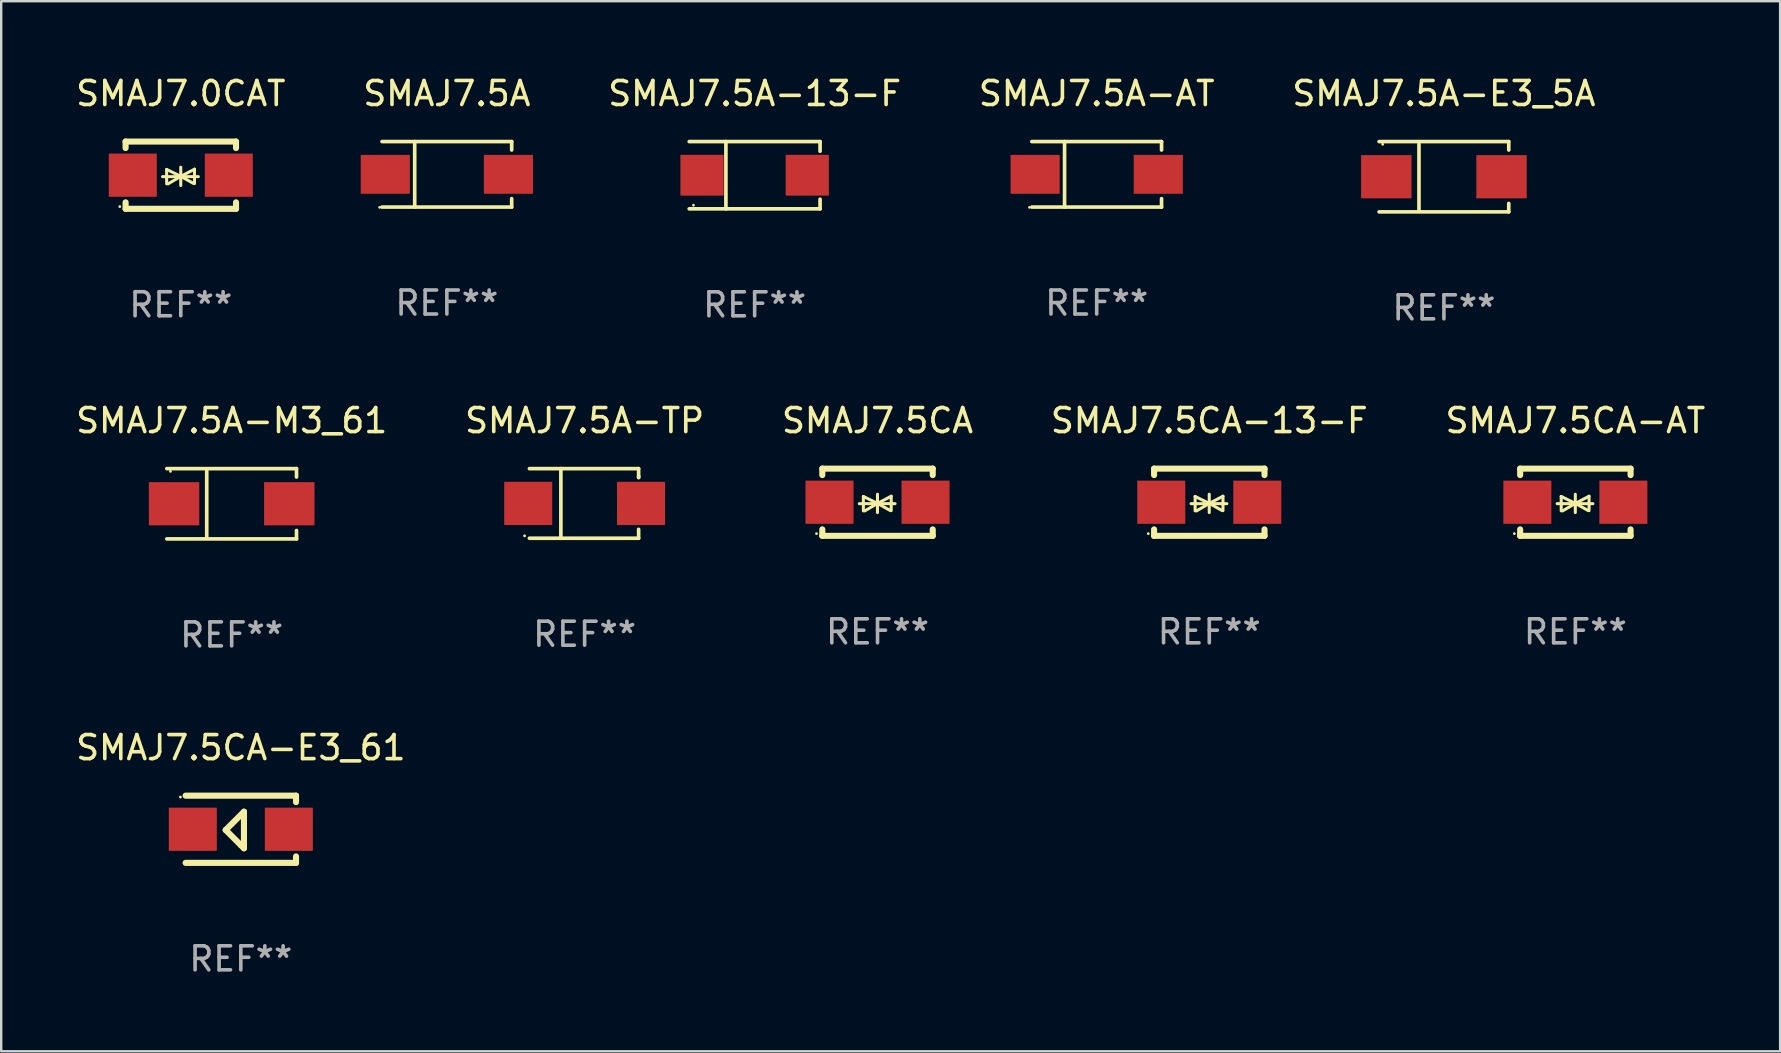
<source format=kicad_pcb>
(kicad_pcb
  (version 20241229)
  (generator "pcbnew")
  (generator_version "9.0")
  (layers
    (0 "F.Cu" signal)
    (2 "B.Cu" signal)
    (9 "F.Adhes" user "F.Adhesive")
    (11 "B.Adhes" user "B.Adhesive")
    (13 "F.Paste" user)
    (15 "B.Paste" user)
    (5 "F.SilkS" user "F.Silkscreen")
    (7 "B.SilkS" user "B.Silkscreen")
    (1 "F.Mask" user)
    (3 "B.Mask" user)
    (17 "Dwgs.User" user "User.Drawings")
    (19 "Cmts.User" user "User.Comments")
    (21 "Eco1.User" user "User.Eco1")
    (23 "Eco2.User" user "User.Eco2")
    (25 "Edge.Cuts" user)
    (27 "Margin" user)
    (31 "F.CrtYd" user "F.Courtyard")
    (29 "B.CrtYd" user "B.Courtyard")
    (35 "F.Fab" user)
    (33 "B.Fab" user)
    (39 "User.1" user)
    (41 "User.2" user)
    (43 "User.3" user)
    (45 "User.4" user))
  (footprint "SMAJ7.5A-E3_5A"
    (layer "F.Cu")
    (at 57.101 4.312)
    (property "Reference" "SMAJ7.5A-E3_5A" (at 0 -3.464 0) (layer "F.SilkS") (effects (font (size 1 1) (thickness 0.15))))
    (attr through_hole)
    (fp_line (start -2.701 -1.464) (end 2.701 -1.464) (stroke (width 0.152) (type solid)) (layer "F.SilkS"))
    (fp_line (start -2.701 1.464) (end 2.701 1.464) (stroke (width 0.152) (type solid)) (layer "F.SilkS"))
    (fp_line (start -1.039 -1.364) (end -1.039 1.364) (stroke (width 0.152) (type solid)) (layer "F.SilkS"))
    (fp_line (start 2.701 -1.464) (end 2.701 -1.113) (stroke (width 0.152) (type solid)) (layer "F.SilkS"))
    (fp_line (start 2.701 1.464) (end 2.701 1.113) (stroke (width 0.152) (type solid)) (layer "F.SilkS"))
    (fp_circle (center -2.55 -1.35) (end -2.52 -1.35) (stroke (width 0.06) (type solid)) (fill no) (layer "F.SilkS"))
    (fp_text user "REF**" (at 0 5.464 0) (layer "F.Fab") (effects (font (size 1 1) (thickness 0.15))))
    (pad "1" smd rect (at -2.4 0) (size 2.1 1.8) (layers "F.Cu" "F.Mask" "F.Paste"))
    (pad "2" smd rect (at 2.4 0) (size 2.1 1.8) (layers "F.Cu" "F.Mask" "F.Paste")))
  (footprint "SMAJ7.0CAT"
    (layer "F.Cu")
    (at 4.482 4.248)
    (property "Reference" "SMAJ7.0CAT" (at 0 -3.4 0) (layer "F.SilkS") (effects (font (size 1 1) (thickness 0.15))))
    (attr through_hole)
    (fp_line (start -2.3 -1.4) (end -2.3 -1.131) (stroke (width 0.254) (type solid)) (layer "F.SilkS"))
    (fp_line (start -2.3 -1.4) (end 2.3 -1.4) (stroke (width 0.254) (type solid)) (layer "F.SilkS"))
    (fp_line (start -2.3 1.131) (end -2.3 1.4) (stroke (width 0.254) (type solid)) (layer "F.SilkS"))
    (fp_line (start -2.3 1.4) (end 2.3 1.4) (stroke (width 0.254) (type solid)) (layer "F.SilkS"))
    (fp_line (start -0.76 0.06) (end 0.73 0.06) (stroke (width 0.127) (type solid)) (layer "F.SilkS"))
    (fp_line (start -0.59 -0.24) (end -0.59 0.36) (stroke (width 0.127) (type solid)) (layer "F.SilkS"))
    (fp_line (start -0.59 -0.24) (end -0.002 0.049) (stroke (width 0.127) (type solid)) (layer "F.SilkS"))
    (fp_line (start -0.53 0.36) (end -0.002 0.049) (stroke (width 0.127) (type solid)) (layer "F.SilkS"))
    (fp_line (start -0.002 0.049) (end -0.002 -0.332) (stroke (width 0.127) (type solid)) (layer "F.SilkS"))
    (fp_line (start -0.002 0.049) (end -0.002 0.43) (stroke (width 0.127) (type solid)) (layer "F.SilkS"))
    (fp_line (start 0.54 0.35) (end -0.002 0.049) (stroke (width 0.127) (type solid)) (layer "F.SilkS"))
    (fp_line (start 0.57 -0.25) (end -0.002 0.049) (stroke (width 0.127) (type solid)) (layer "F.SilkS"))
    (fp_line (start 0.57 -0.25) (end 0.57 0.35) (stroke (width 0.127) (type solid)) (layer "F.SilkS"))
    (fp_line (start 2.3 -1.4) (end 2.3 -1.131) (stroke (width 0.254) (type solid)) (layer "F.SilkS"))
    (fp_line (start 2.3 1.131) (end 2.3 1.4) (stroke (width 0.254) (type solid)) (layer "F.SilkS"))
    (fp_circle (center -2.542 1.308) (end -2.512 1.308) (stroke (width 0.06) (type solid)) (fill no) (layer "F.SilkS"))
    (fp_text user "REF**" (at 0 5.4 0) (layer "F.Fab") (effects (font (size 1 1) (thickness 0.15))))
    (pad "1" smd rect (at -2 0) (size 2 1.8) (layers "F.Cu" "F.Mask" "F.Paste"))
    (pad "2" smd rect (at 2 0) (size 2 1.8) (layers "F.Cu" "F.Mask" "F.Paste")))
  (footprint "SMAJ7.5A"
    (layer "F.Cu")
    (at 15.565 4.212)
    (property "Reference" "SMAJ7.5A" (at 0 -3.364 0) (layer "F.SilkS") (effects (font (size 1 1) (thickness 0.15))))
    (attr through_hole)
    (fp_line (start -2.701 -1.364) (end 2.701 -1.364) (stroke (width 0.152) (type solid)) (layer "F.SilkS"))
    (fp_line (start -2.701 1.364) (end 2.701 1.364) (stroke (width 0.152) (type solid)) (layer "F.SilkS"))
    (fp_line (start -1.339 -1.364) (end -1.339 1.364) (stroke (width 0.152) (type solid)) (layer "F.SilkS"))
    (fp_line (start 2.701 -1.364) (end 2.701 -1.013) (stroke (width 0.152) (type solid)) (layer "F.SilkS"))
    (fp_line (start 2.701 1.364) (end 2.701 1.013) (stroke (width 0.152) (type solid)) (layer "F.SilkS"))
    (fp_circle (center -2.8 1.375) (end -2.77 1.375) (stroke (width 0.06) (type solid)) (fill no) (layer "F.SilkS"))
    (fp_text user "REF**" (at 0 5.364 0) (layer "F.Fab") (effects (font (size 1 1) (thickness 0.15))))
    (pad "1" smd rect (at -2.565 -0.000025) (size 2.046 1.62) (layers "F.Cu" "F.Mask" "F.Paste"))
    (pad "2" smd rect (at 2.565 -0.000025) (size 2.046 1.62) (layers "F.Cu" "F.Mask" "F.Paste")))
  (footprint "SMAJ7.5A-TP"
    (layer "F.Cu")
    (at 21.304 17.922)
    (property "Reference" "SMAJ7.5A-TP" (at 0 -3.45 0) (layer "F.SilkS") (effects (font (size 1 1) (thickness 0.15))))
    (attr through_hole)
    (fp_line (start -2.3 -1.45) (end 2.25 -1.45) (stroke (width 0.152) (type solid)) (layer "F.SilkS"))
    (fp_line (start -0.989 -1.45) (end -0.989 1.45) (stroke (width 0.152) (type solid)) (layer "F.SilkS"))
    (fp_line (start 2.25 -1.45) (end 2.25 -1.08) (stroke (width 0.152) (type solid)) (layer "F.SilkS"))
    (fp_line (start 2.25 -1.08) (end 2.25 -1.142) (stroke (width 0.152) (type solid)) (layer "F.SilkS"))
    (fp_line (start 2.25 1.45) (end -2.3 1.45) (stroke (width 0.152) (type solid)) (layer "F.SilkS"))
    (fp_line (start 2.25 1.45) (end 2.25 1.08) (stroke (width 0.152) (type solid)) (layer "F.SilkS"))
    (fp_circle (center -2.5 1.35) (end -2.47 1.35) (stroke (width 0.06) (type solid)) (fill no) (layer "F.SilkS"))
    (fp_text user "REF**" (at 0 5.45 0) (layer "F.Fab") (effects (font (size 1 1) (thickness 0.15))))
    (pad "1" smd rect (at -2.35 0.000025) (size 2 1.8) (layers "F.Cu" "F.Mask" "F.Paste"))
    (pad "2" smd rect (at 2.35 0.000025) (size 2 1.8) (layers "F.Cu" "F.Mask" "F.Paste")))
  (footprint "SMAJ7.5A-AT"
    (layer "F.Cu")
    (at 42.637 4.212)
    (property "Reference" "SMAJ7.5A-AT" (at 0 -3.364 0) (layer "F.SilkS") (effects (font (size 1 1) (thickness 0.15))))
    (attr through_hole)
    (fp_line (start -2.701 -1.364) (end 2.701 -1.364) (stroke (width 0.152) (type solid)) (layer "F.SilkS"))
    (fp_line (start -2.701 1.364) (end 2.701 1.364) (stroke (width 0.152) (type solid)) (layer "F.SilkS"))
    (fp_line (start -1.339 -1.364) (end -1.339 1.364) (stroke (width 0.152) (type solid)) (layer "F.SilkS"))
    (fp_line (start 2.701 -1.364) (end 2.701 -1.013) (stroke (width 0.152) (type solid)) (layer "F.SilkS"))
    (fp_line (start 2.701 1.364) (end 2.701 1.013) (stroke (width 0.152) (type solid)) (layer "F.SilkS"))
    (fp_circle (center -2.8 1.375) (end -2.77 1.375) (stroke (width 0.06) (type solid)) (fill no) (layer "F.SilkS"))
    (fp_text user "REF**" (at 0 5.364 0) (layer "F.Fab") (effects (font (size 1 1) (thickness 0.15))))
    (pad "1" smd rect (at -2.565 -0.000025) (size 2.046 1.62) (layers "F.Cu" "F.Mask" "F.Paste"))
    (pad "2" smd rect (at 2.565 -0.000025) (size 2.046 1.62) (layers "F.Cu" "F.Mask" "F.Paste")))
  (footprint "SMAJ7.5CA-AT"
    (layer "F.Cu")
    (at 62.577 17.872)
    (property "Reference" "SMAJ7.5CA-AT" (at 0 -3.4 0) (layer "F.SilkS") (effects (font (size 1 1) (thickness 0.15))))
    (attr through_hole)
    (fp_line (start -2.3 -1.4) (end -2.3 -1.131) (stroke (width 0.254) (type solid)) (layer "F.SilkS"))
    (fp_line (start -2.3 -1.4) (end 2.3 -1.4) (stroke (width 0.254) (type solid)) (layer "F.SilkS"))
    (fp_line (start -2.3 1.131) (end -2.3 1.4) (stroke (width 0.254) (type solid)) (layer "F.SilkS"))
    (fp_line (start -2.3 1.4) (end 2.3 1.4) (stroke (width 0.254) (type solid)) (layer "F.SilkS"))
    (fp_line (start -0.76 0.06) (end 0.73 0.06) (stroke (width 0.127) (type solid)) (layer "F.SilkS"))
    (fp_line (start -0.59 -0.24) (end -0.59 0.36) (stroke (width 0.127) (type solid)) (layer "F.SilkS"))
    (fp_line (start -0.59 -0.24) (end -0.002 0.049) (stroke (width 0.127) (type solid)) (layer "F.SilkS"))
    (fp_line (start -0.53 0.36) (end -0.002 0.049) (stroke (width 0.127) (type solid)) (layer "F.SilkS"))
    (fp_line (start -0.002 0.049) (end -0.002 -0.332) (stroke (width 0.127) (type solid)) (layer "F.SilkS"))
    (fp_line (start -0.002 0.049) (end -0.002 0.43) (stroke (width 0.127) (type solid)) (layer "F.SilkS"))
    (fp_line (start 0.54 0.35) (end -0.002 0.049) (stroke (width 0.127) (type solid)) (layer "F.SilkS"))
    (fp_line (start 0.57 -0.25) (end -0.002 0.049) (stroke (width 0.127) (type solid)) (layer "F.SilkS"))
    (fp_line (start 0.57 -0.25) (end 0.57 0.35) (stroke (width 0.127) (type solid)) (layer "F.SilkS"))
    (fp_line (start 2.3 -1.4) (end 2.3 -1.131) (stroke (width 0.254) (type solid)) (layer "F.SilkS"))
    (fp_line (start 2.3 1.131) (end 2.3 1.4) (stroke (width 0.254) (type solid)) (layer "F.SilkS"))
    (fp_circle (center -2.542 1.308) (end -2.512 1.308) (stroke (width 0.06) (type solid)) (fill no) (layer "F.SilkS"))
    (fp_text user "REF**" (at 0 5.4 0) (layer "F.Fab") (effects (font (size 1 1) (thickness 0.15))))
    (pad "1" smd rect (at -2 0) (size 2 1.8) (layers "F.Cu" "F.Mask" "F.Paste"))
    (pad "2" smd rect (at 2 0) (size 2 1.8) (layers "F.Cu" "F.Mask" "F.Paste")))
  (footprint "SMAJ7.5A-M3_61"
    (layer "F.Cu")
    (at 6.601 17.936)
    (property "Reference" "SMAJ7.5A-M3_61" (at 0 -3.464 0) (layer "F.SilkS") (effects (font (size 1 1) (thickness 0.15))))
    (attr through_hole)
    (fp_line (start -2.701 -1.464) (end 2.701 -1.464) (stroke (width 0.152) (type solid)) (layer "F.SilkS"))
    (fp_line (start -2.701 1.464) (end 2.701 1.464) (stroke (width 0.152) (type solid)) (layer "F.SilkS"))
    (fp_line (start -1.039 -1.364) (end -1.039 1.364) (stroke (width 0.152) (type solid)) (layer "F.SilkS"))
    (fp_line (start 2.701 -1.464) (end 2.701 -1.113) (stroke (width 0.152) (type solid)) (layer "F.SilkS"))
    (fp_line (start 2.701 1.464) (end 2.701 1.113) (stroke (width 0.152) (type solid)) (layer "F.SilkS"))
    (fp_circle (center -2.55 -1.35) (end -2.52 -1.35) (stroke (width 0.06) (type solid)) (fill no) (layer "F.SilkS"))
    (fp_text user "REF**" (at 0 5.464 0) (layer "F.Fab") (effects (font (size 1 1) (thickness 0.15))))
    (pad "1" smd rect (at -2.4 0) (size 2.1 1.8) (layers "F.Cu" "F.Mask" "F.Paste"))
    (pad "2" smd rect (at 2.4 0) (size 2.1 1.8) (layers "F.Cu" "F.Mask" "F.Paste")))
  (footprint "SMAJ7.5A-13-F"
    (layer "F.Cu")
    (at 28.387 4.249)
    (property "Reference" "SMAJ7.5A-13-F" (at 0 -3.401 0) (layer "F.SilkS") (effects (font (size 1 1) (thickness 0.15))))
    (attr through_hole)
    (fp_line (start -2.726 -1.401) (end 2.726 -1.401) (stroke (width 0.152) (type solid)) (layer "F.SilkS"))
    (fp_line (start -2.726 1.401) (end 2.726 1.401) (stroke (width 0.152) (type solid)) (layer "F.SilkS"))
    (fp_line (start -1.197 -1.401) (end -1.197 1.401) (stroke (width 0.152) (type solid)) (layer "F.SilkS"))
    (fp_line (start 2.726 -1.401) (end 2.726 -1) (stroke (width 0.152) (type solid)) (layer "F.SilkS"))
    (fp_line (start 2.726 1.401) (end 2.726 1) (stroke (width 0.152) (type solid)) (layer "F.SilkS"))
    (fp_circle (center -2.55 1.25) (end -2.52 1.25) (stroke (width 0.06) (type solid)) (fill no) (layer "F.SilkS"))
    (fp_text user "REF**" (at 0 5.401 0) (layer "F.Fab") (effects (font (size 1 1) (thickness 0.15))))
    (pad "1" smd rect (at -2.192 0) (size 1.8 1.7) (layers "F.Cu" "F.Mask" "F.Paste"))
    (pad "2" smd rect (at 2.192 0) (size 1.8 1.7) (layers "F.Cu" "F.Mask" "F.Paste")))
  (footprint "SMAJ7.5CA"
    (layer "F.Cu")
    (at 33.506 17.872)
    (property "Reference" "SMAJ7.5CA" (at 0 -3.4 0) (layer "F.SilkS") (effects (font (size 1 1) (thickness 0.15))))
    (attr through_hole)
    (fp_line (start -2.3 -1.4) (end -2.3 -1.131) (stroke (width 0.254) (type solid)) (layer "F.SilkS"))
    (fp_line (start -2.3 -1.4) (end 2.3 -1.4) (stroke (width 0.254) (type solid)) (layer "F.SilkS"))
    (fp_line (start -2.3 1.131) (end -2.3 1.4) (stroke (width 0.254) (type solid)) (layer "F.SilkS"))
    (fp_line (start -2.3 1.4) (end 2.3 1.4) (stroke (width 0.254) (type solid)) (layer "F.SilkS"))
    (fp_line (start -0.76 0.06) (end 0.73 0.06) (stroke (width 0.127) (type solid)) (layer "F.SilkS"))
    (fp_line (start -0.59 -0.24) (end -0.59 0.36) (stroke (width 0.127) (type solid)) (layer "F.SilkS"))
    (fp_line (start -0.59 -0.24) (end -0.002 0.049) (stroke (width 0.127) (type solid)) (layer "F.SilkS"))
    (fp_line (start -0.53 0.36) (end -0.002 0.049) (stroke (width 0.127) (type solid)) (layer "F.SilkS"))
    (fp_line (start -0.002 0.049) (end -0.002 -0.332) (stroke (width 0.127) (type solid)) (layer "F.SilkS"))
    (fp_line (start -0.002 0.049) (end -0.002 0.43) (stroke (width 0.127) (type solid)) (layer "F.SilkS"))
    (fp_line (start 0.54 0.35) (end -0.002 0.049) (stroke (width 0.127) (type solid)) (layer "F.SilkS"))
    (fp_line (start 0.57 -0.25) (end -0.002 0.049) (stroke (width 0.127) (type solid)) (layer "F.SilkS"))
    (fp_line (start 0.57 -0.25) (end 0.57 0.35) (stroke (width 0.127) (type solid)) (layer "F.SilkS"))
    (fp_line (start 2.3 -1.4) (end 2.3 -1.131) (stroke (width 0.254) (type solid)) (layer "F.SilkS"))
    (fp_line (start 2.3 1.131) (end 2.3 1.4) (stroke (width 0.254) (type solid)) (layer "F.SilkS"))
    (fp_circle (center -2.542 1.308) (end -2.512 1.308) (stroke (width 0.06) (type solid)) (fill no) (layer "F.SilkS"))
    (fp_text user "REF**" (at 0 5.4 0) (layer "F.Fab") (effects (font (size 1 1) (thickness 0.15))))
    (pad "1" smd rect (at -2 0) (size 2 1.8) (layers "F.Cu" "F.Mask" "F.Paste"))
    (pad "2" smd rect (at 2 0) (size 2 1.8) (layers "F.Cu" "F.Mask" "F.Paste")))
  (footprint "SMAJ7.5CA-E3_61"
    (layer "F.Cu")
    (at 6.982 31.496)
    (property "Reference" "SMAJ7.5CA-E3_61" (at 0 -3.4 0) (layer "F.SilkS") (effects (font (size 1 1) (thickness 0.15))))
    (attr through_hole)
    (fp_line (start -2.3 -1.4) (end 2.3 -1.4) (stroke (width 0.254) (type solid)) (layer "F.SilkS"))
    (fp_line (start -2.3 1.4) (end 2.3 1.4) (stroke (width 0.254) (type solid)) (layer "F.SilkS"))
    (fp_line (start -0.631 0.03) (end 0.131 -0.732) (stroke (width 0.254) (type solid)) (layer "F.SilkS"))
    (fp_line (start 0.004 0.665) (end -0.631 0.03) (stroke (width 0.254) (type solid)) (layer "F.SilkS"))
    (fp_line (start 0.131 -0.732) (end 0.131 0.665) (stroke (width 0.254) (type solid)) (layer "F.SilkS"))
    (fp_line (start 0.131 0.665) (end 0.131 0.792) (stroke (width 0.254) (type solid)) (layer "F.SilkS"))
    (fp_line (start 0.131 0.792) (end 0.004 0.665) (stroke (width 0.254) (type solid)) (layer "F.SilkS"))
    (fp_line (start 2.3 -1.4) (end 2.3 -1.131) (stroke (width 0.254) (type solid)) (layer "F.SilkS"))
    (fp_line (start 2.3 1.131) (end 2.3 1.4) (stroke (width 0.254) (type solid)) (layer "F.SilkS"))
    (fp_circle (center -2.517 -1.342) (end -2.487 -1.342) (stroke (width 0.06) (type solid)) (fill no) (layer "F.SilkS"))
    (fp_text user "REF**" (at 0 5.4 0) (layer "F.Fab") (effects (font (size 1 1) (thickness 0.15))))
    (pad "1" smd rect (at -2 -0.000127) (size 2 1.8) (layers "F.Cu" "F.Mask" "F.Paste"))
    (pad "2" smd rect (at 2 -0.000127) (size 2 1.8) (layers "F.Cu" "F.Mask" "F.Paste")))
  (footprint "SMAJ7.5CA-13-F"
    (layer "F.Cu")
    (at 47.327 17.872)
    (property "Reference" "SMAJ7.5CA-13-F" (at 0 -3.4 0) (layer "F.SilkS") (effects (font (size 1 1) (thickness 0.15))))
    (attr through_hole)
    (fp_line (start -2.3 -1.4) (end -2.3 -1.131) (stroke (width 0.254) (type solid)) (layer "F.SilkS"))
    (fp_line (start -2.3 -1.4) (end 2.3 -1.4) (stroke (width 0.254) (type solid)) (layer "F.SilkS"))
    (fp_line (start -2.3 1.131) (end -2.3 1.4) (stroke (width 0.254) (type solid)) (layer "F.SilkS"))
    (fp_line (start -2.3 1.4) (end 2.3 1.4) (stroke (width 0.254) (type solid)) (layer "F.SilkS"))
    (fp_line (start -0.76 0.06) (end 0.73 0.06) (stroke (width 0.127) (type solid)) (layer "F.SilkS"))
    (fp_line (start -0.59 -0.24) (end -0.59 0.36) (stroke (width 0.127) (type solid)) (layer "F.SilkS"))
    (fp_line (start -0.59 -0.24) (end -0.002 0.049) (stroke (width 0.127) (type solid)) (layer "F.SilkS"))
    (fp_line (start -0.53 0.36) (end -0.002 0.049) (stroke (width 0.127) (type solid)) (layer "F.SilkS"))
    (fp_line (start -0.002 0.049) (end -0.002 -0.332) (stroke (width 0.127) (type solid)) (layer "F.SilkS"))
    (fp_line (start -0.002 0.049) (end -0.002 0.43) (stroke (width 0.127) (type solid)) (layer "F.SilkS"))
    (fp_line (start 0.54 0.35) (end -0.002 0.049) (stroke (width 0.127) (type solid)) (layer "F.SilkS"))
    (fp_line (start 0.57 -0.25) (end -0.002 0.049) (stroke (width 0.127) (type solid)) (layer "F.SilkS"))
    (fp_line (start 0.57 -0.25) (end 0.57 0.35) (stroke (width 0.127) (type solid)) (layer "F.SilkS"))
    (fp_line (start 2.3 -1.4) (end 2.3 -1.131) (stroke (width 0.254) (type solid)) (layer "F.SilkS"))
    (fp_line (start 2.3 1.131) (end 2.3 1.4) (stroke (width 0.254) (type solid)) (layer "F.SilkS"))
    (fp_circle (center -2.542 1.308) (end -2.512 1.308) (stroke (width 0.06) (type solid)) (fill no) (layer "F.SilkS"))
    (fp_text user "REF**" (at 0 5.4 0) (layer "F.Fab") (effects (font (size 1 1) (thickness 0.15))))
    (pad "1" smd rect (at -2 0) (size 2 1.8) (layers "F.Cu" "F.Mask" "F.Paste"))
    (pad "2" smd rect (at 2 0) (size 2 1.8) (layers "F.Cu" "F.Mask" "F.Paste")))
  (gr_rect
    (start -3 -3)
    (end 71.107 40.744)
    (stroke (width 0.1) (type default))
    (fill no)
    (layer "Edge.Cuts")))
</source>
